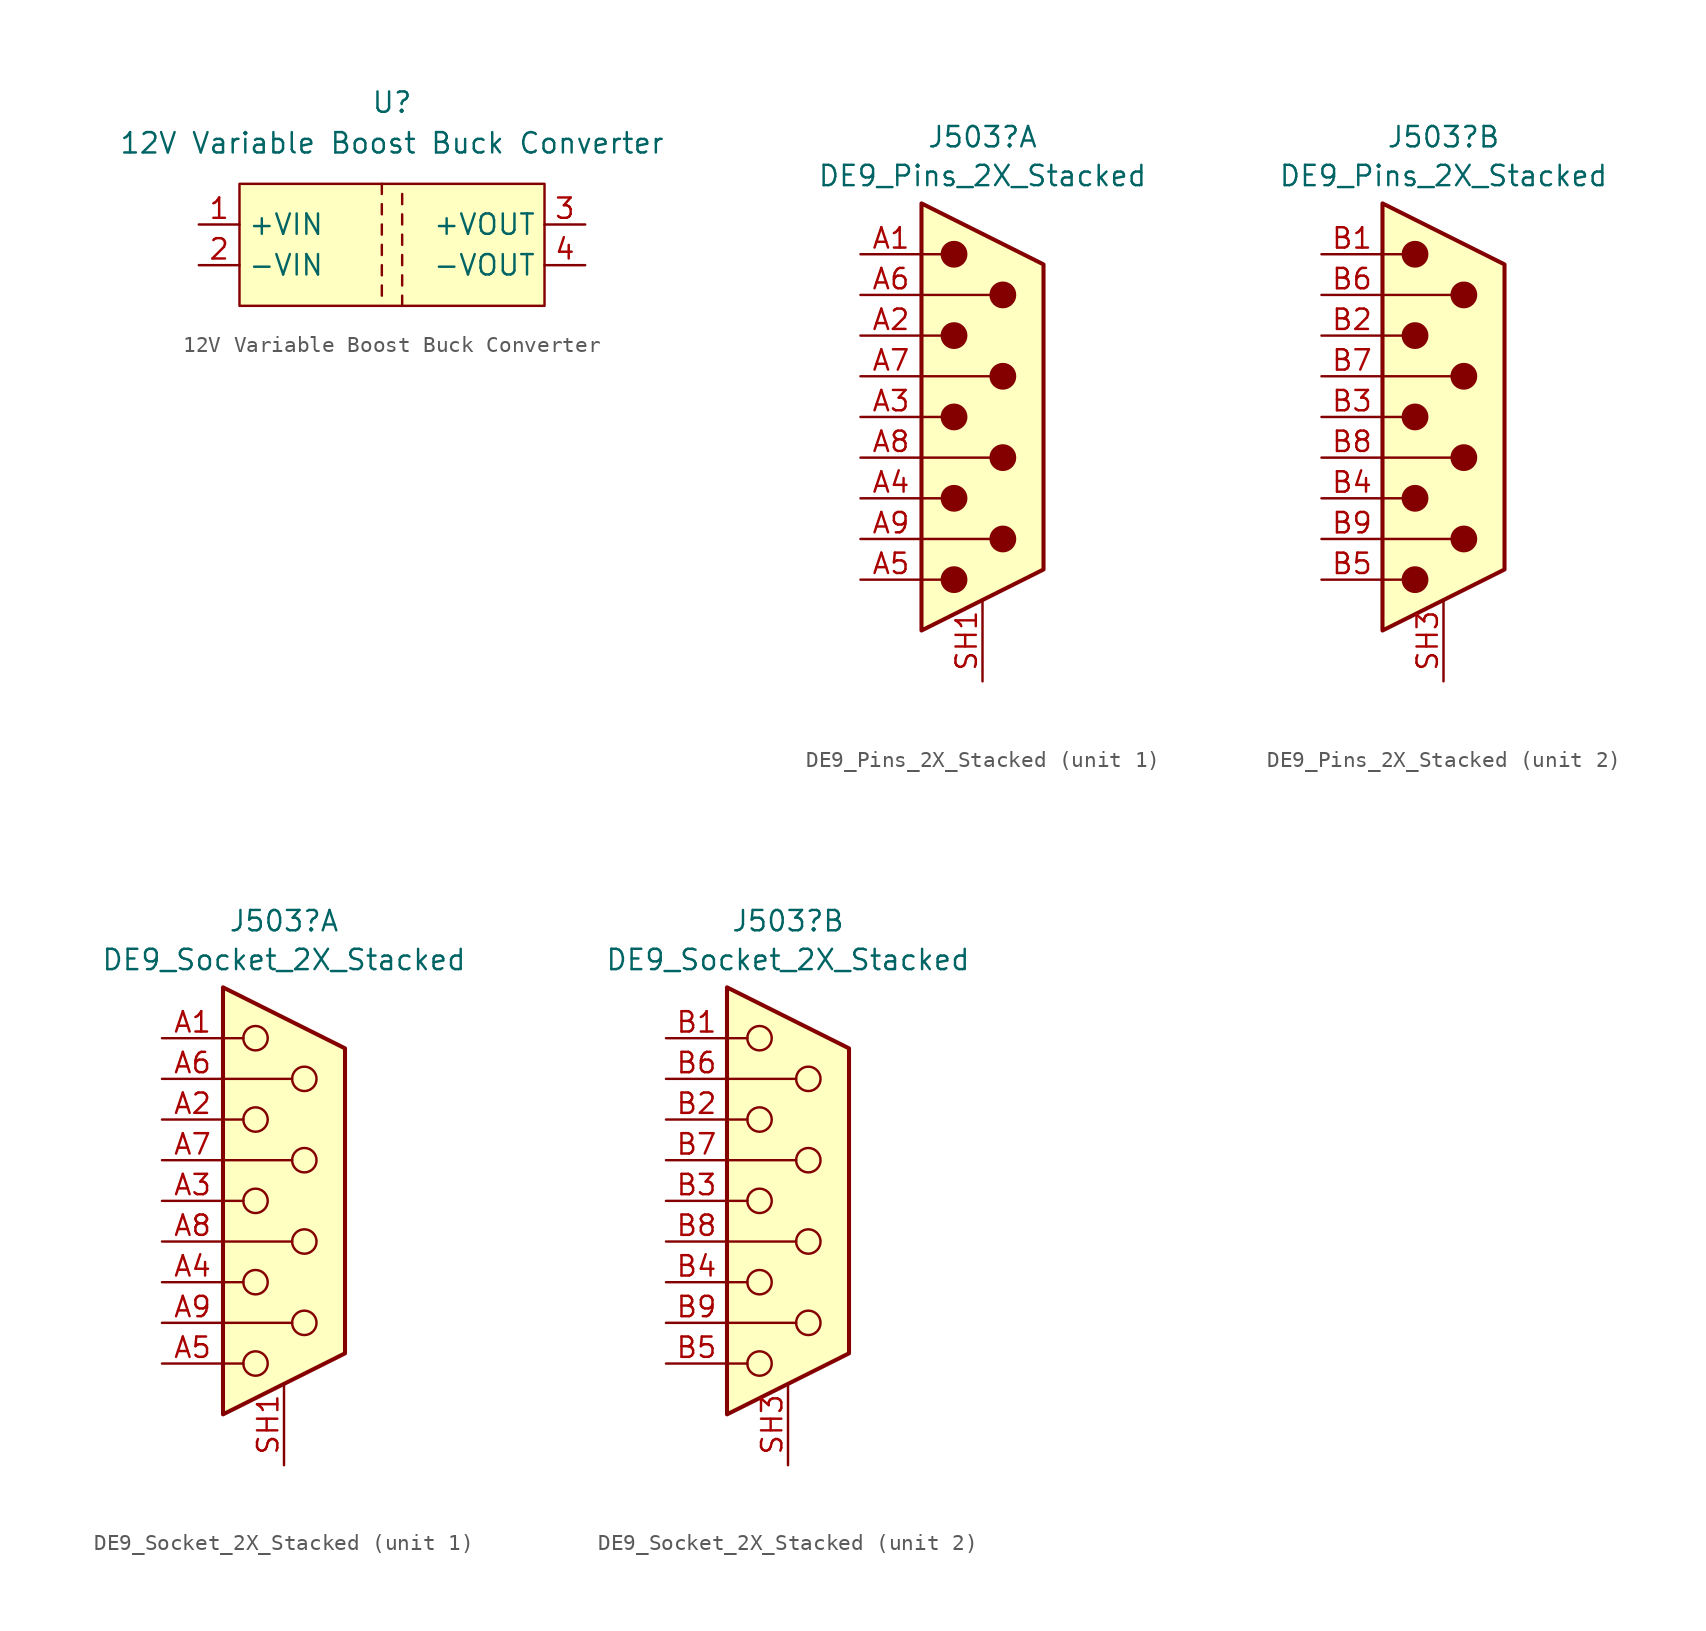
<source format=kicad_sym>
(kicad_symbol_lib
  (version 20241209)
  (generator "kicad_symbol_editor")
  (generator_version "9.0")
  (symbol "12V Variable Boost Buck Converter"
    (property "Reference" "U"
      (at 0 5.08 0)
      (effects (font (size 1.27 1.27))))
    (property "Value" "12V Variable Boost Buck Converter"
      (at 0 2.54 0)
      (effects (font (size 1.27 1.27))))
    (symbol "12V Variable Boost Buck Converter_0_1"
      (rectangle (start -9.525 0) (end 9.525 -7.62) (stroke (width 0.152) (type default)) (fill (type background)))
      (polyline (pts (xy -0.635 0) (xy -0.635 -0.635)) (stroke (width 0.152) (type default)) (fill (type none)))
      (polyline (pts (xy -0.635 -1.27) (xy -0.635 -1.905)) (stroke (width 0.152) (type default)) (fill (type none)))
      (polyline (pts (xy -0.635 -2.54) (xy -0.635 -3.175)) (stroke (width 0.152) (type default)) (fill (type none)))
      (polyline (pts (xy -0.635 -3.81) (xy -0.635 -4.445)) (stroke (width 0.152) (type default)) (fill (type none)))
      (polyline (pts (xy -0.635 -5.08) (xy -0.635 -5.715)) (stroke (width 0.152) (type default)) (fill (type none)))
      (polyline (pts (xy -0.635 -6.35) (xy -0.635 -6.985)) (stroke (width 0.152) (type default)) (fill (type none)))
      (polyline (pts (xy 0.635 -0.635) (xy 0.635 -1.27)) (stroke (width 0.152) (type default)) (fill (type none)))
      (polyline (pts (xy 0.635 -1.905) (xy 0.635 -2.54)) (stroke (width 0.152) (type default)) (fill (type none)))
      (polyline (pts (xy 0.635 -3.175) (xy 0.635 -3.81)) (stroke (width 0.152) (type default)) (fill (type none)))
      (polyline (pts (xy 0.635 -4.445) (xy 0.635 -5.08)) (stroke (width 0.152) (type default)) (fill (type none)))
      (polyline (pts (xy 0.635 -5.715) (xy 0.635 -6.35)) (stroke (width 0.152) (type default)) (fill (type none)))
      (polyline (pts (xy 0.635 -6.985) (xy 0.635 -7.62)) (stroke (width 0.152) (type default)) (fill (type none))))
    (symbol "12V Variable Boost Buck Converter_1_1"
      (pin input line (at -12.065 -2.54 0) (length 2.54) (name "+VIN" (effects (font (size 1.27 1.27)))) (number "1" (effects (font (size 1.27 1.27)))))
      (pin input line (at -12.065 -5.08 0) (length 2.54) (name "-VIN" (effects (font (size 1.27 1.27)))) (number "2" (effects (font (size 1.27 1.27)))))
      (pin output line (at 12.065 -2.54 180) (length 2.54) (name "+VOUT" (effects (font (size 1.27 1.27)))) (number "3" (effects (font (size 1.27 1.27)))))
      (pin output line (at 12.065 -5.08 180) (length 2.54) (name "-VOUT" (effects (font (size 1.27 1.27)))) (number "4" (effects (font (size 1.27 1.27)))))))
  (symbol "DE9_Pins_2X_Stacked"
    (pin_names
      (offset 1.016)
      (hide yes))
    (property "Reference" "J503"
      (at 0 17.48 0)
      (effects (font (size 1.27 1.27))))
    (property "Value" "DE9_Pins_2X_Stacked"
      (at 0 15.055 0)
      (effects (font (size 1.27 1.27))))
    (property "ki_locked" ""
      (at 0 0 0)
      (effects (font (size 1.27 1.27))))
    (symbol "DE9_Pins_2X_Stacked_0_1"
      (polyline (pts (xy -3.81 13.335) (xy -3.81 -13.335) (xy 3.81 -9.525) (xy 3.81 9.525) (xy -3.81 13.335)) (stroke (width 0.254) (type default)) (fill (type background)))
      (polyline (pts (xy -3.81 10.16) (xy -2.54 10.16)) (stroke (width 0) (type default)) (fill (type none)))
      (polyline (pts (xy -3.81 7.62) (xy 0.508 7.62)) (stroke (width 0) (type default)) (fill (type none)))
      (polyline (pts (xy -3.81 5.08) (xy -2.54 5.08)) (stroke (width 0) (type default)) (fill (type none)))
      (polyline (pts (xy -3.81 2.54) (xy 0.508 2.54)) (stroke (width 0) (type default)) (fill (type none)))
      (polyline (pts (xy -3.81 0) (xy -2.54 0)) (stroke (width 0) (type default)) (fill (type none)))
      (polyline (pts (xy -3.81 -2.54) (xy 0.508 -2.54)) (stroke (width 0) (type default)) (fill (type none)))
      (polyline (pts (xy -3.81 -5.08) (xy -2.54 -5.08)) (stroke (width 0) (type default)) (fill (type none)))
      (polyline (pts (xy -3.81 -7.62) (xy 0.508 -7.62)) (stroke (width 0) (type default)) (fill (type none)))
      (polyline (pts (xy -3.81 -10.16) (xy -2.54 -10.16)) (stroke (width 0) (type default)) (fill (type none)))
      (circle (center -1.778 10.16) (radius 0.762) (stroke (width 0) (type default)) (fill (type outline)))
      (circle (center -1.778 5.08) (radius 0.762) (stroke (width 0) (type default)) (fill (type outline)))
      (circle (center -1.778 0) (radius 0.762) (stroke (width 0) (type default)) (fill (type outline)))
      (circle (center -1.778 -5.08) (radius 0.762) (stroke (width 0) (type default)) (fill (type outline)))
      (circle (center -1.778 -10.16) (radius 0.762) (stroke (width 0) (type default)) (fill (type outline)))
      (circle (center 1.27 7.62) (radius 0.762) (stroke (width 0) (type default)) (fill (type outline)))
      (circle (center 1.27 2.54) (radius 0.762) (stroke (width 0) (type default)) (fill (type outline)))
      (circle (center 1.27 -2.54) (radius 0.762) (stroke (width 0) (type default)) (fill (type outline)))
      (circle (center 1.27 -7.62) (radius 0.762) (stroke (width 0) (type default)) (fill (type outline))))
    (symbol "DE9_Pins_2X_Stacked_1_1"
      (pin passive line (at -7.62 10.16 0) (length 3.81) (name "A1" (effects (font (size 1.27 1.27)))) (number "A1" (effects (font (size 1.27 1.27)))))
      (pin passive line (at -7.62 7.62 0) (length 3.81) (name "A6" (effects (font (size 1.27 1.27)))) (number "A6" (effects (font (size 1.27 1.27)))))
      (pin passive line (at -7.62 5.08 0) (length 3.81) (name "A2" (effects (font (size 1.27 1.27)))) (number "A2" (effects (font (size 1.27 1.27)))))
      (pin passive line (at -7.62 2.54 0) (length 3.81) (name "A7" (effects (font (size 1.27 1.27)))) (number "A7" (effects (font (size 1.27 1.27)))))
      (pin passive line (at -7.62 0 0) (length 3.81) (name "A3" (effects (font (size 1.27 1.27)))) (number "A3" (effects (font (size 1.27 1.27)))))
      (pin passive line (at -7.62 -2.54 0) (length 3.81) (name "A8" (effects (font (size 1.27 1.27)))) (number "A8" (effects (font (size 1.27 1.27)))))
      (pin passive line (at -7.62 -5.08 0) (length 3.81) (name "A4" (effects (font (size 1.27 1.27)))) (number "A4" (effects (font (size 1.27 1.27)))))
      (pin passive line (at -7.62 -7.62 0) (length 3.81) (name "A9" (effects (font (size 1.27 1.27)))) (number "A9" (effects (font (size 1.27 1.27)))))
      (pin passive line (at -7.62 -10.16 0) (length 3.81) (name "A5" (effects (font (size 1.27 1.27)))) (number "A5" (effects (font (size 1.27 1.27)))))
      (pin passive line (at 0 -16.51 90) (length 5.08) (name "PAD" (effects (font (size 1.27 1.27)))) (number "SH1" (effects (font (size 1.27 1.27)))))
      (pin passive line (at 0 -16.51 90) (length 5.08) (hide yes) (name "PAD" (effects (font (size 1.27 1.27)))) (number "SH2" (effects (font (size 1.27 1.27))))))
    (symbol "DE9_Pins_2X_Stacked_2_1"
      (pin passive line (at -7.62 10.16 0) (length 3.81) (name "B1" (effects (font (size 1.27 1.27)))) (number "B1" (effects (font (size 1.27 1.27)))))
      (pin passive line (at -7.62 7.62 0) (length 3.81) (name "B6" (effects (font (size 1.27 1.27)))) (number "B6" (effects (font (size 1.27 1.27)))))
      (pin passive line (at -7.62 5.08 0) (length 3.81) (name "B2" (effects (font (size 1.27 1.27)))) (number "B2" (effects (font (size 1.27 1.27)))))
      (pin passive line (at -7.62 2.54 0) (length 3.81) (name "B7" (effects (font (size 1.27 1.27)))) (number "B7" (effects (font (size 1.27 1.27)))))
      (pin passive line (at -7.62 0 0) (length 3.81) (name "B3" (effects (font (size 1.27 1.27)))) (number "B3" (effects (font (size 1.27 1.27)))))
      (pin passive line (at -7.62 -2.54 0) (length 3.81) (name "B8" (effects (font (size 1.27 1.27)))) (number "B8" (effects (font (size 1.27 1.27)))))
      (pin passive line (at -7.62 -5.08 0) (length 3.81) (name "B4" (effects (font (size 1.27 1.27)))) (number "B4" (effects (font (size 1.27 1.27)))))
      (pin passive line (at -7.62 -7.62 0) (length 3.81) (name "B9" (effects (font (size 1.27 1.27)))) (number "B9" (effects (font (size 1.27 1.27)))))
      (pin passive line (at -7.62 -10.16 0) (length 3.81) (name "B5" (effects (font (size 1.27 1.27)))) (number "B5" (effects (font (size 1.27 1.27)))))
      (pin passive line (at 0 -16.51 90) (length 5.08) (name "PAD" (effects (font (size 1.27 1.27)))) (number "SH3" (effects (font (size 1.27 1.27)))))
      (pin passive line (at 0 -16.51 90) (length 5.08) (hide yes) (name "PAD" (effects (font (size 1.27 1.27)))) (number "SH4" (effects (font (size 1.27 1.27)))))))
  (symbol "DE9_Socket_2X_Stacked"
    (pin_names
      (offset 1.016)
      (hide yes))
    (property "Reference" "J503"
      (at 0 17.48 0)
      (effects (font (size 1.27 1.27))))
    (property "Value" "DE9_Socket_2X_Stacked"
      (at 0 15.055 0)
      (effects (font (size 1.27 1.27))))
    (property "ki_locked" ""
      (at 0 0 0)
      (effects (font (size 1.27 1.27))))
    (symbol "DE9_Socket_2X_Stacked_0_1"
      (polyline (pts (xy -3.81 13.335) (xy -3.81 -13.335) (xy 3.81 -9.525) (xy 3.81 9.525) (xy -3.81 13.335)) (stroke (width 0.254) (type default)) (fill (type background)))
      (polyline (pts (xy -3.81 10.16) (xy -2.54 10.16)) (stroke (width 0) (type default)) (fill (type none)))
      (polyline (pts (xy -3.81 7.62) (xy 0.508 7.62)) (stroke (width 0) (type default)) (fill (type none)))
      (polyline (pts (xy -3.81 5.08) (xy -2.54 5.08)) (stroke (width 0) (type default)) (fill (type none)))
      (polyline (pts (xy -3.81 2.54) (xy 0.508 2.54)) (stroke (width 0) (type default)) (fill (type none)))
      (polyline (pts (xy -3.81 0) (xy -2.54 0)) (stroke (width 0) (type default)) (fill (type none)))
      (polyline (pts (xy -3.81 -2.54) (xy 0.508 -2.54)) (stroke (width 0) (type default)) (fill (type none)))
      (polyline (pts (xy -3.81 -5.08) (xy -2.54 -5.08)) (stroke (width 0) (type default)) (fill (type none)))
      (polyline (pts (xy -3.81 -7.62) (xy 0.508 -7.62)) (stroke (width 0) (type default)) (fill (type none)))
      (polyline (pts (xy -3.81 -10.16) (xy -2.54 -10.16)) (stroke (width 0) (type default)) (fill (type none)))
      (circle (center -1.778 10.16) (radius 0.762) (stroke (width 0) (type default)) (fill (type none)))
      (circle (center -1.778 5.08) (radius 0.762) (stroke (width 0) (type default)) (fill (type none)))
      (circle (center -1.778 0) (radius 0.762) (stroke (width 0) (type default)) (fill (type none)))
      (circle (center -1.778 -5.08) (radius 0.762) (stroke (width 0) (type default)) (fill (type none)))
      (circle (center -1.778 -10.16) (radius 0.762) (stroke (width 0) (type default)) (fill (type none)))
      (circle (center 1.27 7.62) (radius 0.762) (stroke (width 0) (type default)) (fill (type none)))
      (circle (center 1.27 2.54) (radius 0.762) (stroke (width 0) (type default)) (fill (type none)))
      (circle (center 1.27 -2.54) (radius 0.762) (stroke (width 0) (type default)) (fill (type none)))
      (circle (center 1.27 -7.62) (radius 0.762) (stroke (width 0) (type default)) (fill (type none))))
    (symbol "DE9_Socket_2X_Stacked_1_1"
      (pin passive line (at -7.62 10.16 0) (length 3.81) (name "A1" (effects (font (size 1.27 1.27)))) (number "A1" (effects (font (size 1.27 1.27)))))
      (pin passive line (at -7.62 7.62 0) (length 3.81) (name "A6" (effects (font (size 1.27 1.27)))) (number "A6" (effects (font (size 1.27 1.27)))))
      (pin passive line (at -7.62 5.08 0) (length 3.81) (name "A2" (effects (font (size 1.27 1.27)))) (number "A2" (effects (font (size 1.27 1.27)))))
      (pin passive line (at -7.62 2.54 0) (length 3.81) (name "A7" (effects (font (size 1.27 1.27)))) (number "A7" (effects (font (size 1.27 1.27)))))
      (pin passive line (at -7.62 0 0) (length 3.81) (name "A3" (effects (font (size 1.27 1.27)))) (number "A3" (effects (font (size 1.27 1.27)))))
      (pin passive line (at -7.62 -2.54 0) (length 3.81) (name "A8" (effects (font (size 1.27 1.27)))) (number "A8" (effects (font (size 1.27 1.27)))))
      (pin passive line (at -7.62 -5.08 0) (length 3.81) (name "A4" (effects (font (size 1.27 1.27)))) (number "A4" (effects (font (size 1.27 1.27)))))
      (pin passive line (at -7.62 -7.62 0) (length 3.81) (name "A9" (effects (font (size 1.27 1.27)))) (number "A9" (effects (font (size 1.27 1.27)))))
      (pin passive line (at -7.62 -10.16 0) (length 3.81) (name "A5" (effects (font (size 1.27 1.27)))) (number "A5" (effects (font (size 1.27 1.27)))))
      (pin passive line (at 0 -16.51 90) (length 5.08) (name "PAD" (effects (font (size 1.27 1.27)))) (number "SH1" (effects (font (size 1.27 1.27)))))
      (pin passive line (at 0 -16.51 90) (length 5.08) (hide yes) (name "PAD" (effects (font (size 1.27 1.27)))) (number "SH2" (effects (font (size 1.27 1.27))))))
    (symbol "DE9_Socket_2X_Stacked_2_1"
      (pin passive line (at -7.62 10.16 0) (length 3.81) (name "B1" (effects (font (size 1.27 1.27)))) (number "B1" (effects (font (size 1.27 1.27)))))
      (pin passive line (at -7.62 7.62 0) (length 3.81) (name "B6" (effects (font (size 1.27 1.27)))) (number "B6" (effects (font (size 1.27 1.27)))))
      (pin passive line (at -7.62 5.08 0) (length 3.81) (name "B2" (effects (font (size 1.27 1.27)))) (number "B2" (effects (font (size 1.27 1.27)))))
      (pin passive line (at -7.62 2.54 0) (length 3.81) (name "B7" (effects (font (size 1.27 1.27)))) (number "B7" (effects (font (size 1.27 1.27)))))
      (pin passive line (at -7.62 0 0) (length 3.81) (name "B3" (effects (font (size 1.27 1.27)))) (number "B3" (effects (font (size 1.27 1.27)))))
      (pin passive line (at -7.62 -2.54 0) (length 3.81) (name "B8" (effects (font (size 1.27 1.27)))) (number "B8" (effects (font (size 1.27 1.27)))))
      (pin passive line (at -7.62 -5.08 0) (length 3.81) (name "B4" (effects (font (size 1.27 1.27)))) (number "B4" (effects (font (size 1.27 1.27)))))
      (pin passive line (at -7.62 -7.62 0) (length 3.81) (name "B9" (effects (font (size 1.27 1.27)))) (number "B9" (effects (font (size 1.27 1.27)))))
      (pin passive line (at -7.62 -10.16 0) (length 3.81) (name "B5" (effects (font (size 1.27 1.27)))) (number "B5" (effects (font (size 1.27 1.27)))))
      (pin passive line (at 0 -16.51 90) (length 5.08) (name "PAD" (effects (font (size 1.27 1.27)))) (number "SH3" (effects (font (size 1.27 1.27)))))
      (pin passive line (at 0 -16.51 90) (length 5.08) (hide yes) (name "PAD" (effects (font (size 1.27 1.27)))) (number "SH4" (effects (font (size 1.27 1.27))))))))
</source>
